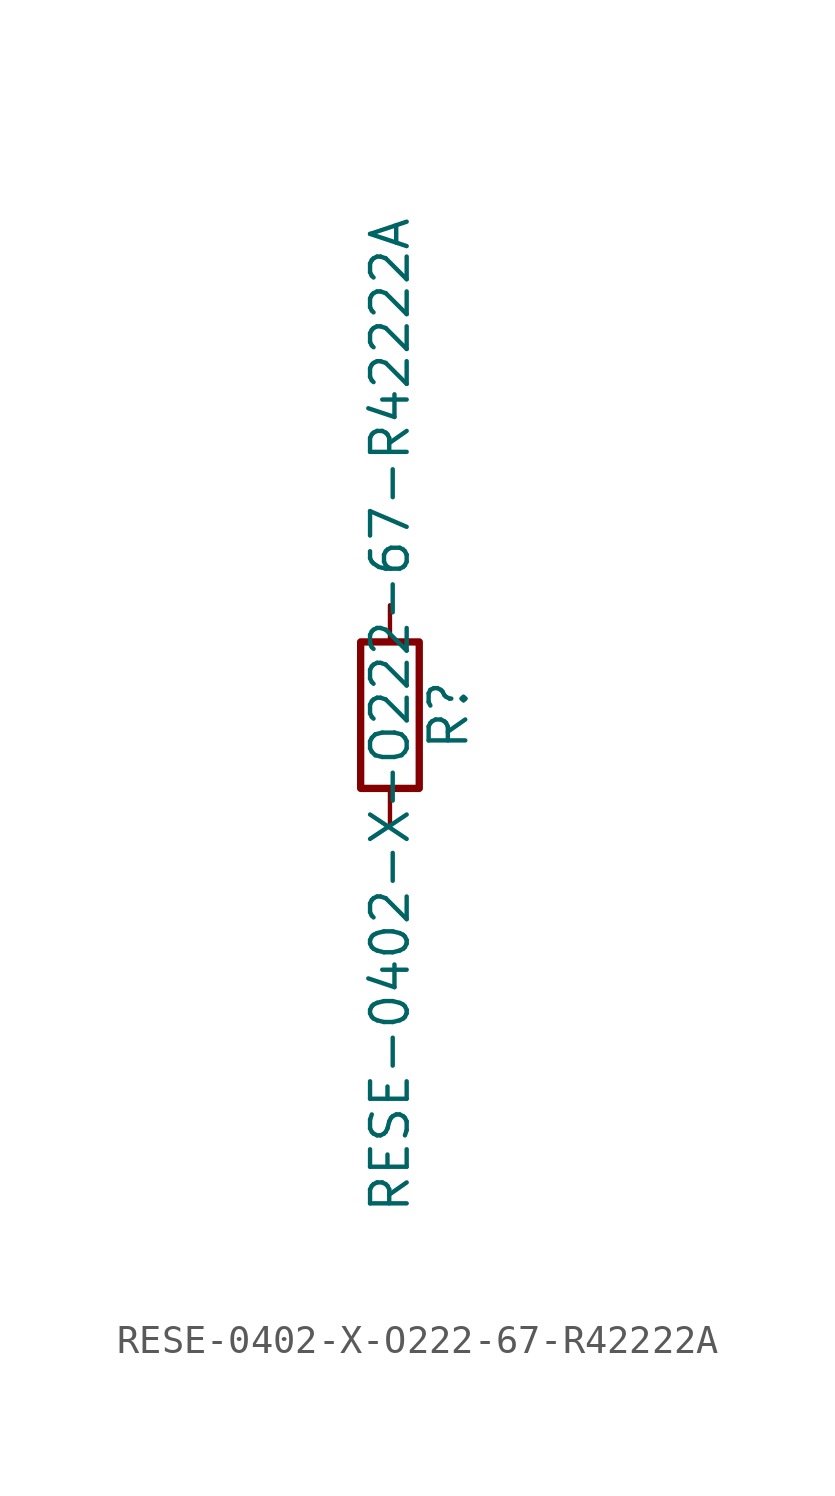
<source format=kicad_sym>
(kicad_symbol_lib
  (version 20211014)
  (generator kicad_symbol_editor)
  (symbol "RESE-0402-X-O222-67-R42222A"
    (pin_numbers hide)
    (pin_names
      (offset 0))
    (property "Reference" "R"
      (at 2.032 0 90)
      (effects (font (size 1.27 1.27))))
    (property "Value" "RESE-0402-X-O222-67-R42222A"
      (at 0 0 90)
      (effects (font (size 1.27 1.27))))
    (symbol "RESE-0402-X-O222-67-R42222A_0_1"
      (rectangle (start -1.016 -2.54) (end 1.016 2.54) (stroke (width 0.254) (type default) (color 0 0 0 0)) (fill (type none))))
    (symbol "RESE-0402-X-O222-67-R42222A_1_1"
      (pin passive line (at 0 3.81 270) (length 1.27) (name "~" (effects (font (size 1.27 1.27)))) (number "1" (effects (font (size 1.27 1.27)))))
      (pin passive line (at 0 -3.81 90) (length 1.27) (name "~" (effects (font (size 1.27 1.27)))) (number "2" (effects (font (size 1.27 1.27))))))))
</source>
